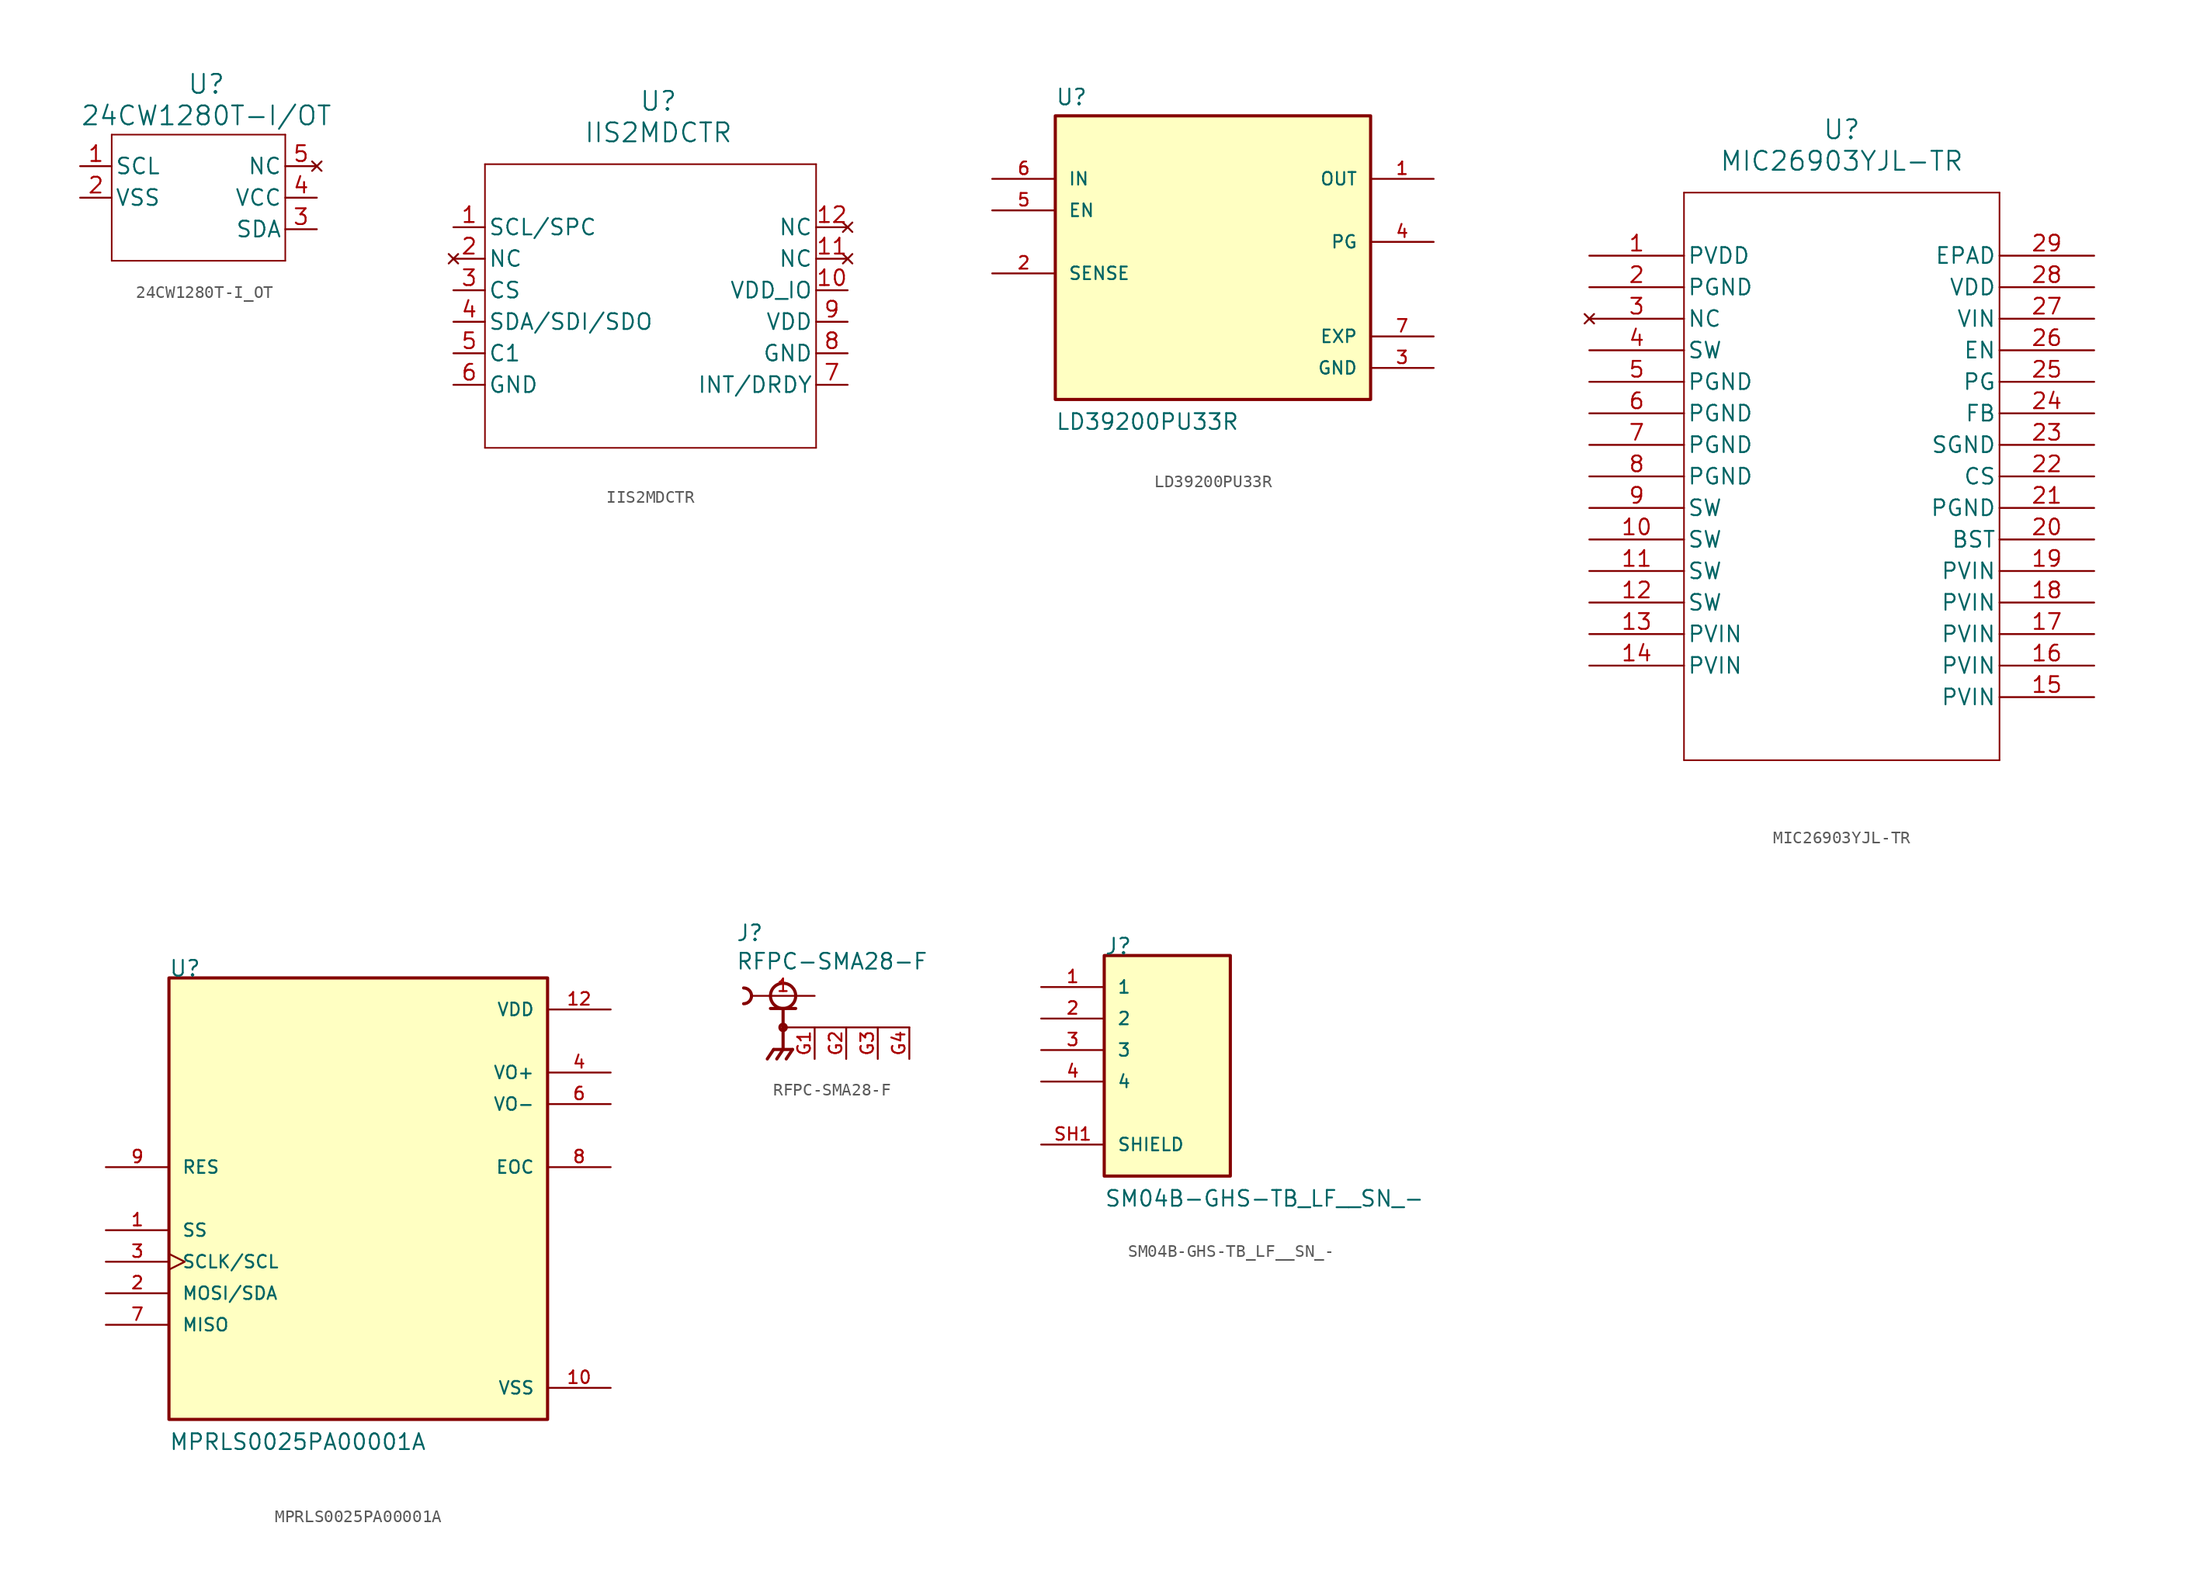
<source format=kicad_sym>
(kicad_symbol_lib
  (version 20241209)
  (generator "kicad_symbol_editor")
  (generator_version "9.0")
  (symbol "24CW1280T-I_OT"
    (pin_names
      (offset 0.254))
    (property "Reference" "U"
      (at 0 9.144 0)
      (effects (font (size 1.524 1.524))))
    (property "Value" "24CW1280T-I/OT"
      (at 0 6.604 0)
      (effects (font (size 1.524 1.524))))
    (property "ki_locked" ""
      (at 0 0 0)
      (effects (font (size 1.27 1.27))))
    (symbol "24CW1280T-I_OT_0_1"
      (polyline (pts (xy -7.62 5.08) (xy -7.62 -5.08)) (stroke (width 0.127) (type default)) (fill (type none)))
      (polyline (pts (xy -7.62 -5.08) (xy 6.35 -5.08)) (stroke (width 0.127) (type default)) (fill (type none)))
      (polyline (pts (xy 6.35 5.08) (xy -7.62 5.08)) (stroke (width 0.127) (type default)) (fill (type none)))
      (polyline (pts (xy 6.35 -5.08) (xy 6.35 5.08)) (stroke (width 0.127) (type default)) (fill (type none)))
      (pin unspecified line (at -10.16 2.54 0) (length 2.54) (name "SCL" (effects (font (size 1.27 1.27)))) (number "1" (effects (font (size 1.27 1.27)))))
      (pin power_out line (at -10.16 0 0) (length 2.54) (name "VSS" (effects (font (size 1.27 1.27)))) (number "2" (effects (font (size 1.27 1.27)))))
      (pin no_connect line (at 8.89 2.54 180) (length 2.54) (name "NC" (effects (font (size 1.27 1.27)))) (number "5" (effects (font (size 1.27 1.27)))))
      (pin power_in line (at 8.89 0 180) (length 2.54) (name "VCC" (effects (font (size 1.27 1.27)))) (number "4" (effects (font (size 1.27 1.27)))))
      (pin unspecified line (at 8.89 -2.54 180) (length 2.54) (name "SDA" (effects (font (size 1.27 1.27)))) (number "3" (effects (font (size 1.27 1.27)))))))
  (symbol "IIS2MDCTR"
    (pin_names
      (offset 0.254))
    (property "Reference" "U"
      (at 0 16.51 0)
      (effects (font (size 1.524 1.524))))
    (property "Value" "IIS2MDCTR"
      (at 0 13.97 0)
      (effects (font (size 1.524 1.524))))
    (property "ki_locked" ""
      (at 0 0 0)
      (effects (font (size 1.27 1.27))))
    (symbol "IIS2MDCTR_0_1"
      (polyline (pts (xy -13.97 11.43) (xy -13.97 -11.43)) (stroke (width 0.127) (type default)) (fill (type none)))
      (polyline (pts (xy -13.97 -11.43) (xy 12.7 -11.43)) (stroke (width 0.127) (type default)) (fill (type none)))
      (polyline (pts (xy 12.7 11.43) (xy -13.97 11.43)) (stroke (width 0.127) (type default)) (fill (type none)))
      (polyline (pts (xy 12.7 -11.43) (xy 12.7 11.43)) (stroke (width 0.127) (type default)) (fill (type none)))
      (pin bidirectional line (at -16.51 6.35 0) (length 2.54) (name "SCL/SPC" (effects (font (size 1.27 1.27)))) (number "1" (effects (font (size 1.27 1.27)))))
      (pin no_connect line (at -16.51 3.81 0) (length 2.54) (name "NC" (effects (font (size 1.27 1.27)))) (number "2" (effects (font (size 1.27 1.27)))))
      (pin input line (at -16.51 1.27 0) (length 2.54) (name "CS" (effects (font (size 1.27 1.27)))) (number "3" (effects (font (size 1.27 1.27)))))
      (pin bidirectional line (at -16.51 -1.27 0) (length 2.54) (name "SDA/SDI/SDO" (effects (font (size 1.27 1.27)))) (number "4" (effects (font (size 1.27 1.27)))))
      (pin unspecified line (at -16.51 -3.81 0) (length 2.54) (name "C1" (effects (font (size 1.27 1.27)))) (number "5" (effects (font (size 1.27 1.27)))))
      (pin power_out line (at -16.51 -6.35 0) (length 2.54) (name "GND" (effects (font (size 1.27 1.27)))) (number "6" (effects (font (size 1.27 1.27)))))
      (pin no_connect line (at 15.24 6.35 180) (length 2.54) (name "NC" (effects (font (size 1.27 1.27)))) (number "12" (effects (font (size 1.27 1.27)))))
      (pin no_connect line (at 15.24 3.81 180) (length 2.54) (name "NC" (effects (font (size 1.27 1.27)))) (number "11" (effects (font (size 1.27 1.27)))))
      (pin power_in line (at 15.24 1.27 180) (length 2.54) (name "VDD_IO" (effects (font (size 1.27 1.27)))) (number "10" (effects (font (size 1.27 1.27)))))
      (pin power_in line (at 15.24 -1.27 180) (length 2.54) (name "VDD" (effects (font (size 1.27 1.27)))) (number "9" (effects (font (size 1.27 1.27)))))
      (pin power_out line (at 15.24 -3.81 180) (length 2.54) (name "GND" (effects (font (size 1.27 1.27)))) (number "8" (effects (font (size 1.27 1.27)))))
      (pin output line (at 15.24 -6.35 180) (length 2.54) (name "INT/DRDY" (effects (font (size 1.27 1.27)))) (number "7" (effects (font (size 1.27 1.27)))))))
  (symbol "LD39200PU33R"
    (pin_names
      (offset 1.016))
    (property "Reference" "U"
      (at -12.7 13.462 0)
      (effects (font (size 1.27 1.27)) (justify left bottom)))
    (property "Value" "LD39200PU33R"
      (at -12.7 -12.7 0)
      (effects (font (size 1.27 1.27)) (justify left bottom)))
    (symbol "LD39200PU33R_0_0"
      (rectangle (start -12.7 -10.16) (end 12.7 12.7) (stroke (width 0.254) (type default)) (fill (type background)))
      (pin input line (at -17.78 7.62 0) (length 5.08) (name "IN" (effects (font (size 1.016 1.016)))) (number "6" (effects (font (size 1.016 1.016)))))
      (pin input line (at -17.78 5.08 0) (length 5.08) (name "EN" (effects (font (size 1.016 1.016)))) (number "5" (effects (font (size 1.016 1.016)))))
      (pin input line (at -17.78 0 0) (length 5.08) (name "SENSE" (effects (font (size 1.016 1.016)))) (number "2" (effects (font (size 1.016 1.016)))))
      (pin output line (at 17.78 7.62 180) (length 5.08) (name "OUT" (effects (font (size 1.016 1.016)))) (number "1" (effects (font (size 1.016 1.016)))))
      (pin output line (at 17.78 2.54 180) (length 5.08) (name "PG" (effects (font (size 1.016 1.016)))) (number "4" (effects (font (size 1.016 1.016)))))
      (pin power_in line (at 17.78 -5.08 180) (length 5.08) (name "EXP" (effects (font (size 1.016 1.016)))) (number "7" (effects (font (size 1.016 1.016)))))
      (pin power_in line (at 17.78 -7.62 180) (length 5.08) (name "GND" (effects (font (size 1.016 1.016)))) (number "3" (effects (font (size 1.016 1.016)))))))
  (symbol "MIC26903YJL-TR"
    (pin_names
      (offset 0.254))
    (property "Reference" "U"
      (at 0 27.94 0)
      (effects (font (size 1.524 1.524))))
    (property "Value" "MIC26903YJL-TR"
      (at 0 25.4 0)
      (effects (font (size 1.524 1.524))))
    (property "ki_locked" ""
      (at 0 0 0)
      (effects (font (size 1.27 1.27))))
    (symbol "MIC26903YJL-TR_0_1"
      (polyline (pts (xy -12.7 22.86) (xy -12.7 -22.86)) (stroke (width 0.127) (type default)) (fill (type none)))
      (polyline (pts (xy -12.7 -22.86) (xy 12.7 -22.86)) (stroke (width 0.127) (type default)) (fill (type none)))
      (polyline (pts (xy 12.7 22.86) (xy -12.7 22.86)) (stroke (width 0.127) (type default)) (fill (type none)))
      (polyline (pts (xy 12.7 -22.86) (xy 12.7 22.86)) (stroke (width 0.127) (type default)) (fill (type none)))
      (pin power_in line (at -20.32 17.78 0) (length 7.62) (name "PVDD" (effects (font (size 1.27 1.27)))) (number "1" (effects (font (size 1.27 1.27)))))
      (pin power_in line (at -20.32 15.24 0) (length 7.62) (name "PGND" (effects (font (size 1.27 1.27)))) (number "2" (effects (font (size 1.27 1.27)))))
      (pin no_connect line (at -20.32 12.7 0) (length 7.62) (name "NC" (effects (font (size 1.27 1.27)))) (number "3" (effects (font (size 1.27 1.27)))))
      (pin output line (at -20.32 10.16 0) (length 7.62) (name "SW" (effects (font (size 1.27 1.27)))) (number "4" (effects (font (size 1.27 1.27)))))
      (pin power_in line (at -20.32 7.62 0) (length 7.62) (name "PGND" (effects (font (size 1.27 1.27)))) (number "5" (effects (font (size 1.27 1.27)))))
      (pin power_in line (at -20.32 5.08 0) (length 7.62) (name "PGND" (effects (font (size 1.27 1.27)))) (number "6" (effects (font (size 1.27 1.27)))))
      (pin power_in line (at -20.32 2.54 0) (length 7.62) (name "PGND" (effects (font (size 1.27 1.27)))) (number "7" (effects (font (size 1.27 1.27)))))
      (pin power_in line (at -20.32 0 0) (length 7.62) (name "PGND" (effects (font (size 1.27 1.27)))) (number "8" (effects (font (size 1.27 1.27)))))
      (pin output line (at -20.32 -2.54 0) (length 7.62) (name "SW" (effects (font (size 1.27 1.27)))) (number "9" (effects (font (size 1.27 1.27)))))
      (pin output line (at -20.32 -5.08 0) (length 7.62) (name "SW" (effects (font (size 1.27 1.27)))) (number "10" (effects (font (size 1.27 1.27)))))
      (pin output line (at -20.32 -7.62 0) (length 7.62) (name "SW" (effects (font (size 1.27 1.27)))) (number "11" (effects (font (size 1.27 1.27)))))
      (pin output line (at -20.32 -10.16 0) (length 7.62) (name "SW" (effects (font (size 1.27 1.27)))) (number "12" (effects (font (size 1.27 1.27)))))
      (pin input line (at -20.32 -12.7 0) (length 7.62) (name "PVIN" (effects (font (size 1.27 1.27)))) (number "13" (effects (font (size 1.27 1.27)))))
      (pin input line (at -20.32 -15.24 0) (length 7.62) (name "PVIN" (effects (font (size 1.27 1.27)))) (number "14" (effects (font (size 1.27 1.27)))))
      (pin unspecified line (at 20.32 17.78 180) (length 7.62) (name "EPAD" (effects (font (size 1.27 1.27)))) (number "29" (effects (font (size 1.27 1.27)))))
      (pin power_in line (at 20.32 15.24 180) (length 7.62) (name "VDD" (effects (font (size 1.27 1.27)))) (number "28" (effects (font (size 1.27 1.27)))))
      (pin input line (at 20.32 12.7 180) (length 7.62) (name "VIN" (effects (font (size 1.27 1.27)))) (number "27" (effects (font (size 1.27 1.27)))))
      (pin input line (at 20.32 10.16 180) (length 7.62) (name "EN" (effects (font (size 1.27 1.27)))) (number "26" (effects (font (size 1.27 1.27)))))
      (pin output line (at 20.32 7.62 180) (length 7.62) (name "PG" (effects (font (size 1.27 1.27)))) (number "25" (effects (font (size 1.27 1.27)))))
      (pin input line (at 20.32 5.08 180) (length 7.62) (name "FB" (effects (font (size 1.27 1.27)))) (number "24" (effects (font (size 1.27 1.27)))))
      (pin power_in line (at 20.32 2.54 180) (length 7.62) (name "SGND" (effects (font (size 1.27 1.27)))) (number "23" (effects (font (size 1.27 1.27)))))
      (pin input line (at 20.32 0 180) (length 7.62) (name "CS" (effects (font (size 1.27 1.27)))) (number "22" (effects (font (size 1.27 1.27)))))
      (pin power_in line (at 20.32 -2.54 180) (length 7.62) (name "PGND" (effects (font (size 1.27 1.27)))) (number "21" (effects (font (size 1.27 1.27)))))
      (pin output line (at 20.32 -5.08 180) (length 7.62) (name "BST" (effects (font (size 1.27 1.27)))) (number "20" (effects (font (size 1.27 1.27)))))
      (pin input line (at 20.32 -7.62 180) (length 7.62) (name "PVIN" (effects (font (size 1.27 1.27)))) (number "19" (effects (font (size 1.27 1.27)))))
      (pin input line (at 20.32 -10.16 180) (length 7.62) (name "PVIN" (effects (font (size 1.27 1.27)))) (number "18" (effects (font (size 1.27 1.27)))))
      (pin input line (at 20.32 -12.7 180) (length 7.62) (name "PVIN" (effects (font (size 1.27 1.27)))) (number "17" (effects (font (size 1.27 1.27)))))
      (pin input line (at 20.32 -15.24 180) (length 7.62) (name "PVIN" (effects (font (size 1.27 1.27)))) (number "16" (effects (font (size 1.27 1.27)))))
      (pin input line (at 20.32 -17.78 180) (length 7.62) (name "PVIN" (effects (font (size 1.27 1.27)))) (number "15" (effects (font (size 1.27 1.27)))))))
  (symbol "MPRLS0025PA00001A"
    (pin_names
      (offset 1.016))
    (property "Reference" "U"
      (at -15.257 17.8 0)
      (effects (font (size 1.27 1.27)) (justify left bottom)))
    (property "Value" "MPRLS0025PA00001A"
      (at -15.25 -20.334 0)
      (effects (font (size 1.27 1.27)) (justify left bottom)))
    (symbol "MPRLS0025PA00001A_0_0"
      (rectangle (start -15.24 -17.78) (end 15.24 17.78) (stroke (width 0.254) (type default)) (fill (type background)))
      (pin input line (at -20.32 2.54 0) (length 5.08) (name "RES" (effects (font (size 1.016 1.016)))) (number "9" (effects (font (size 1.016 1.016)))))
      (pin input line (at -20.32 -2.54 0) (length 5.08) (name "SS" (effects (font (size 1.016 1.016)))) (number "1" (effects (font (size 1.016 1.016)))))
      (pin input clock (at -20.32 -5.08 0) (length 5.08) (name "SCLK/SCL" (effects (font (size 1.016 1.016)))) (number "3" (effects (font (size 1.016 1.016)))))
      (pin bidirectional line (at -20.32 -7.62 0) (length 5.08) (name "MOSI/SDA" (effects (font (size 1.016 1.016)))) (number "2" (effects (font (size 1.016 1.016)))))
      (pin output line (at -20.32 -10.16 0) (length 5.08) (name "MISO" (effects (font (size 1.016 1.016)))) (number "7" (effects (font (size 1.016 1.016)))))
      (pin power_in line (at 20.32 15.24 180) (length 5.08) (name "VDD" (effects (font (size 1.016 1.016)))) (number "12" (effects (font (size 1.016 1.016)))))
      (pin output line (at 20.32 10.16 180) (length 5.08) (name "VO+" (effects (font (size 1.016 1.016)))) (number "4" (effects (font (size 1.016 1.016)))))
      (pin output line (at 20.32 7.62 180) (length 5.08) (name "VO-" (effects (font (size 1.016 1.016)))) (number "6" (effects (font (size 1.016 1.016)))))
      (pin output line (at 20.32 2.54 180) (length 5.08) (name "EOC" (effects (font (size 1.016 1.016)))) (number "8" (effects (font (size 1.016 1.016)))))
      (pin power_in line (at 20.32 -15.24 180) (length 5.08) (name "VSS" (effects (font (size 1.016 1.016)))) (number "10" (effects (font (size 1.016 1.016)))))))
  (symbol "RFPC-SMA28-F"
    (pin_names
      (offset 1.016))
    (property "Reference" "J"
      (at -3.81 4.318 0)
      (effects (font (size 1.27 1.27)) (justify left bottom)))
    (property "Value" "RFPC-SMA28-F"
      (at -3.81 2.032 0)
      (effects (font (size 1.27 1.27)) (justify left bottom)))
    (symbol "RFPC-SMA28-F_0_0"
      (arc (start -3.175 0.635) (mid -2.726 0.449) (end -2.54 0) (stroke (width 0.254) (type default)) (fill (type none)))
      (arc (start -2.54 0) (mid -2.726 -0.449) (end -3.175 -0.635) (stroke (width 0.254) (type default)) (fill (type none)))
      (polyline (pts (xy -1.016 -1.016) (xy 1.016 -1.016)) (stroke (width 0.254) (type default)) (fill (type none)))
      (polyline (pts (xy -0.762 -4.318) (xy -1.27 -5.08)) (stroke (width 0.254) (type default)) (fill (type none)))
      (circle (center 0 0) (radius 1.016) (stroke (width 0.254) (type default)) (fill (type none)))
      (polyline (pts (xy 0 -1.016) (xy 0 -4.318)) (stroke (width 0.254) (type default)) (fill (type none)))
      (polyline (pts (xy 0 -2.54) (xy 10.16 -2.54)) (stroke (width 0.152) (type default)) (fill (type none)))
      (circle (center 0 -2.54) (radius 0.254) (stroke (width 0.254) (type default)) (fill (type none)))
      (polyline (pts (xy 0 -4.318) (xy -0.508 -5.08)) (stroke (width 0.254) (type default)) (fill (type none)))
      (polyline (pts (xy 0.762 -4.318) (xy -0.762 -4.318)) (stroke (width 0.254) (type default)) (fill (type none)))
      (polyline (pts (xy 0.762 -4.318) (xy 0.254 -5.08)) (stroke (width 0.254) (type default)) (fill (type none)))
      (pin passive line (at 2.54 0 180) (length 5.08) (name "~" (effects (font (size 1.016 1.016)))) (number "1" (effects (font (size 1.016 1.016)))))
      (pin power_in line (at 2.54 -5.08 90) (length 2.54) (name "~" (effects (font (size 1.016 1.016)))) (number "G1" (effects (font (size 1.016 1.016)))))
      (pin power_in line (at 5.08 -5.08 90) (length 2.54) (name "~" (effects (font (size 1.016 1.016)))) (number "G2" (effects (font (size 1.016 1.016)))))
      (pin power_in line (at 7.62 -5.08 90) (length 2.54) (name "~" (effects (font (size 1.016 1.016)))) (number "G3" (effects (font (size 1.016 1.016)))))
      (pin power_in line (at 10.16 -5.08 90) (length 2.54) (name "~" (effects (font (size 1.016 1.016)))) (number "G4" (effects (font (size 1.016 1.016)))))))
  (symbol "SM04B-GHS-TB_LF__SN_-"
    (pin_names
      (offset 1.016))
    (property "Reference" "J"
      (at -5.08 7.62 0)
      (effects (font (size 1.27 1.27)) (justify left bottom)))
    (property "Value" "SM04B-GHS-TB_LF__SN_-"
      (at -5.086 -12.715 0)
      (effects (font (size 1.27 1.27)) (justify left bottom)))
    (symbol "SM04B-GHS-TB_LF__SN_-_0_0"
      (rectangle (start -5.08 -10.16) (end 5.08 7.62) (stroke (width 0.254) (type default)) (fill (type background)))
      (pin passive line (at -10.16 5.08 0) (length 5.08) (name "1" (effects (font (size 1.016 1.016)))) (number "1" (effects (font (size 1.016 1.016)))))
      (pin passive line (at -10.16 2.54 0) (length 5.08) (name "2" (effects (font (size 1.016 1.016)))) (number "2" (effects (font (size 1.016 1.016)))))
      (pin passive line (at -10.16 0 0) (length 5.08) (name "3" (effects (font (size 1.016 1.016)))) (number "3" (effects (font (size 1.016 1.016)))))
      (pin passive line (at -10.16 -2.54 0) (length 5.08) (name "4" (effects (font (size 1.016 1.016)))) (number "4" (effects (font (size 1.016 1.016)))))
      (pin power_in line (at -10.16 -7.62 0) (length 5.08) (name "SHIELD" (effects (font (size 1.016 1.016)))) (number "SH1" (effects (font (size 1.016 1.016)))))
      (pin power_in line (at -10.16 -7.62 0) (length 5.08) (hide yes) (name "SHIELD" (effects (font (size 1.016 1.016)))) (number "SH2" (effects (font (size 1.016 1.016))))))))
</source>
